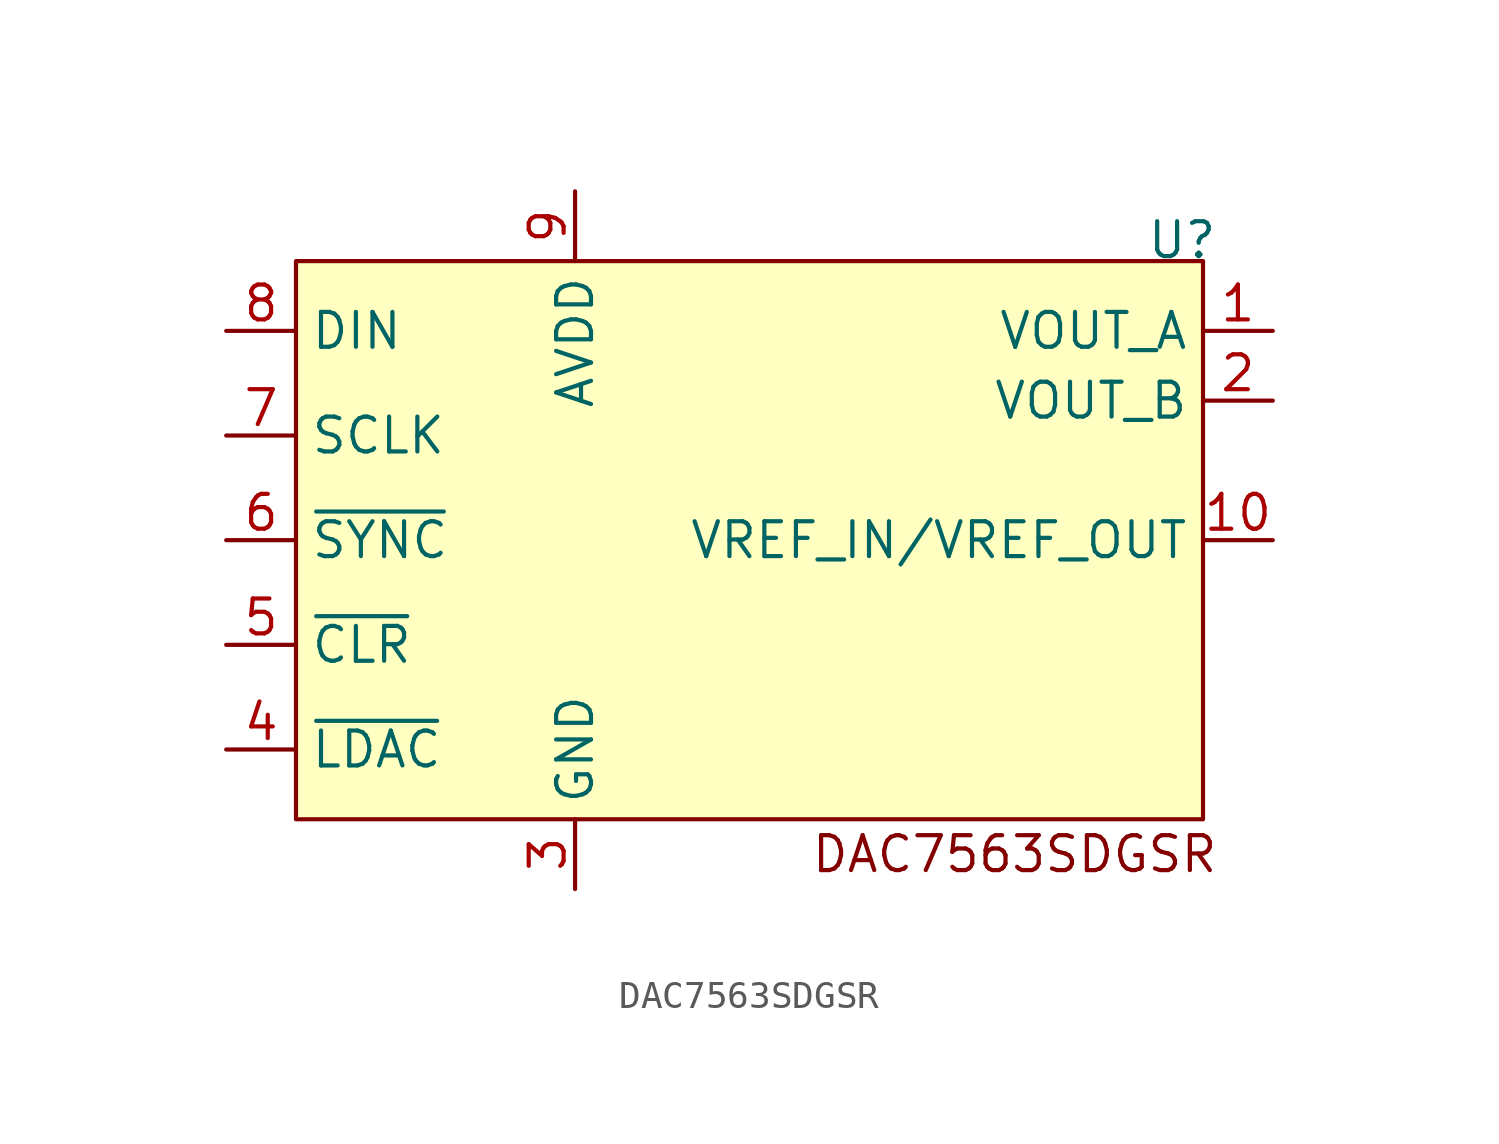
<source format=kicad_sym>
(kicad_symbol_lib
  (version 20231120)
  (generator "kicad_symbol_editor")
  (generator_version "8.0")
  (symbol "DAC7563SDGSR"
    (property "Reference" "U"
      (at 27.178 9.652 0)
      (effects (font (size 1.27 1.27))))
    (property "Value" ""
      (at 0 0 0)
      (effects (font (size 1.27 1.27))))
    (symbol "DAC7563SDGSR_1_1"
      (rectangle (start -5.08 8.89) (end 27.94 -11.43) (stroke (width 0) (type default)) (fill (type background)))
      (text "DAC7563SDGSR" (at 21.082 -12.7 0) (effects (font (size 1.27 1.27))))
      (pin output line (at 30.48 6.35 180) (length 2.54) (name "VOUT_A" (effects (font (size 1.27 1.27)))) (number "1" (effects (font (size 1.27 1.27)))))
      (pin bidirectional line (at 30.48 -1.27 180) (length 2.54) (name "VREF_IN/VREF_OUT" (effects (font (size 1.27 1.27)))) (number "10" (effects (font (size 1.27 1.27)))))
      (pin output line (at 30.48 3.81 180) (length 2.54) (name "VOUT_B" (effects (font (size 1.27 1.27)))) (number "2" (effects (font (size 1.27 1.27)))))
      (pin passive line (at 5.08 -13.97 90) (length 2.54) (name "GND" (effects (font (size 1.27 1.27)))) (number "3" (effects (font (size 1.27 1.27)))))
      (pin input line (at -7.62 -8.89 0) (length 2.54) (name "~{LDAC}" (effects (font (size 1.27 1.27)))) (number "4" (effects (font (size 1.27 1.27)))))
      (pin input line (at -7.62 -5.08 0) (length 2.54) (name "~{CLR}" (effects (font (size 1.27 1.27)))) (number "5" (effects (font (size 1.27 1.27)))))
      (pin input line (at -7.62 -1.27 0) (length 2.54) (name "~{SYNC}" (effects (font (size 1.27 1.27)))) (number "6" (effects (font (size 1.27 1.27)))))
      (pin input line (at -7.62 2.54 0) (length 2.54) (name "SCLK" (effects (font (size 1.27 1.27)))) (number "7" (effects (font (size 1.27 1.27)))))
      (pin input line (at -7.62 6.35 0) (length 2.54) (name "DIN" (effects (font (size 1.27 1.27)))) (number "8" (effects (font (size 1.27 1.27)))))
      (pin passive line (at 5.08 11.43 270) (length 2.54) (name "AVDD" (effects (font (size 1.27 1.27)))) (number "9" (effects (font (size 1.27 1.27))))))))
</source>
